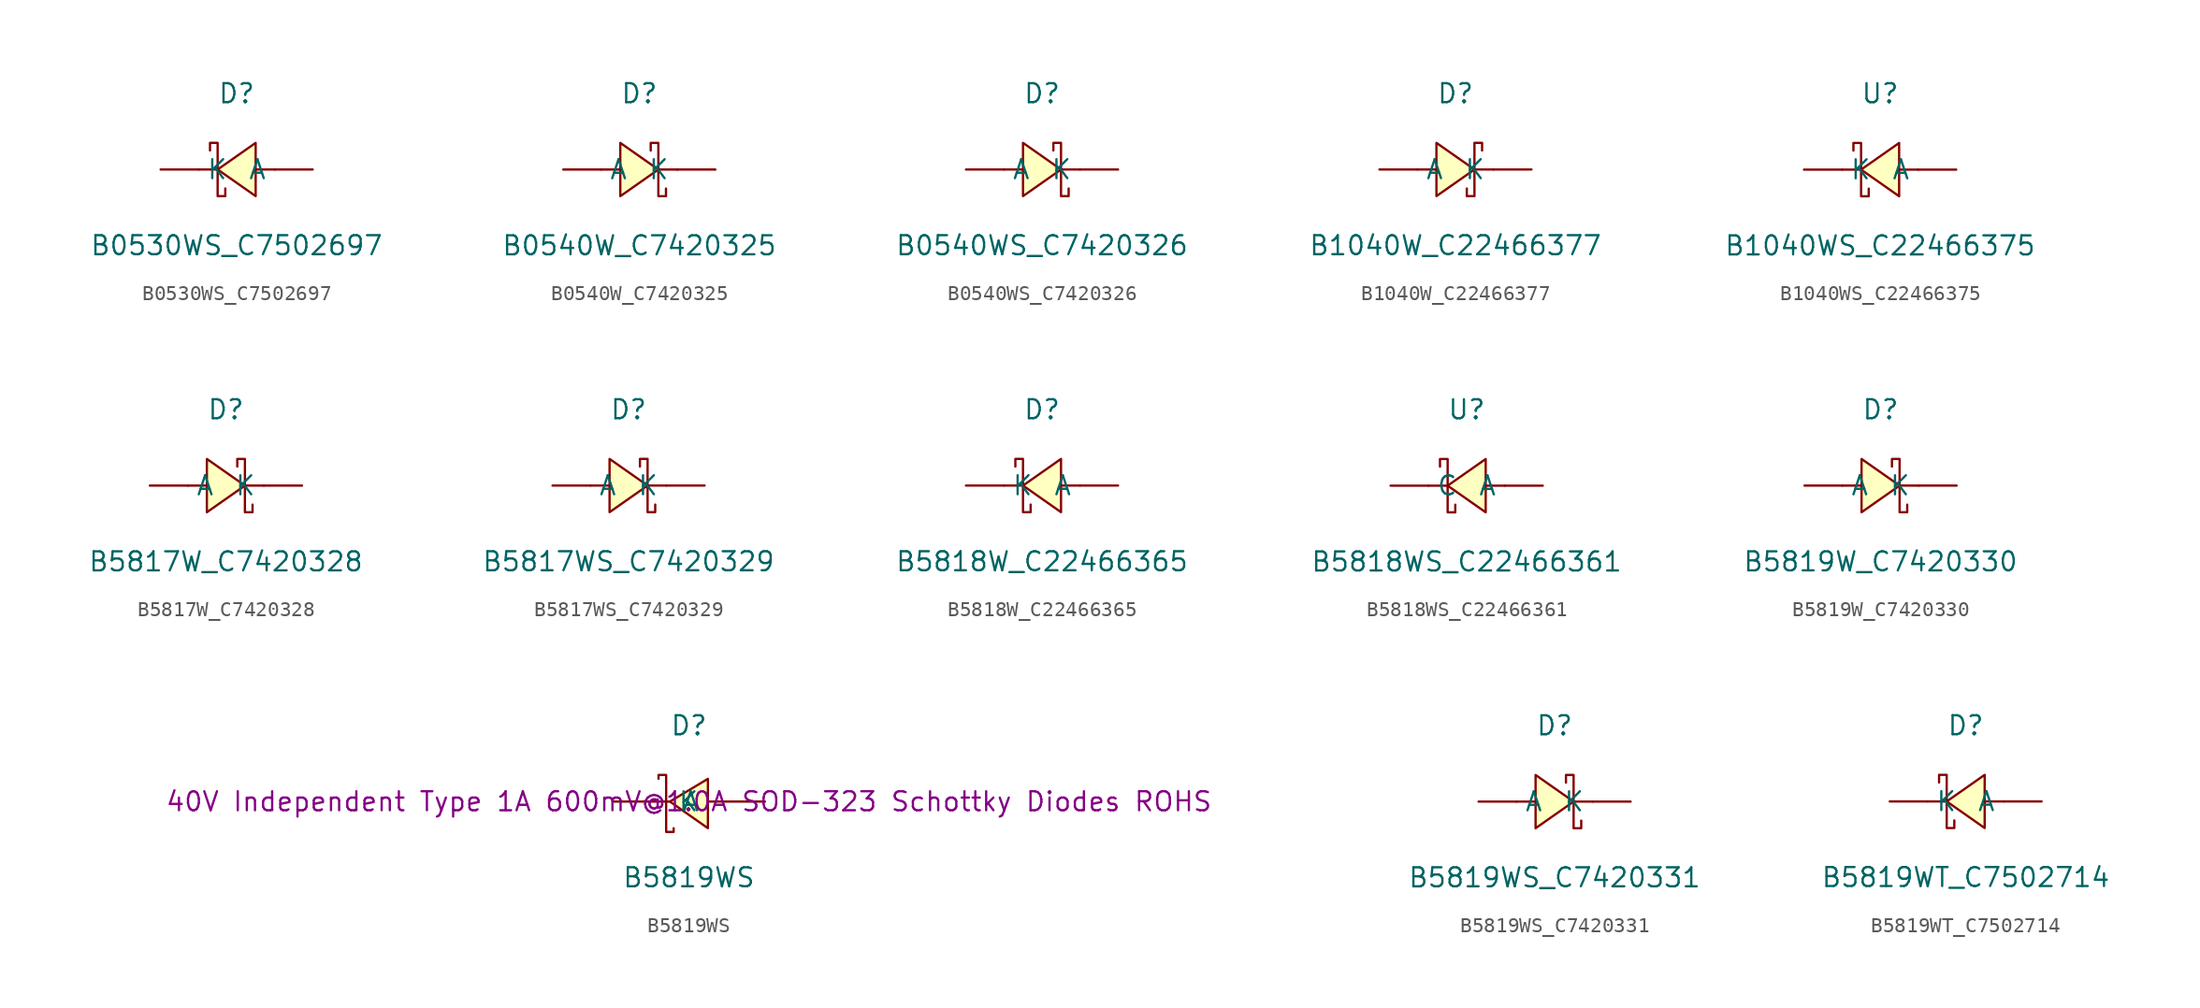
<source format=kicad_sym>
(kicad_symbol_lib
  (version 20241209)
  (generator "kicad_symbol_editor")
  (generator_version "9.0")
  (symbol "B0530WS_C7502697"
    (pin_numbers
      (hide yes))
    (property "Reference" "D"
      (at 0 5.08 0)
      (effects (font (size 1.27 1.27))))
    (property "Value" "B0530WS_C7502697"
      (at 0 -5.08 0)
      (effects (font (size 1.27 1.27))))
    (symbol "B0530WS_C7502697_0_1"
      (polyline (pts (xy -1.78 1.27) (xy -1.78 1.78) (xy -1.27 1.78) (xy -1.27 -1.78) (xy -0.76 -1.78) (xy -0.76 -1.27)) (stroke (width 0) (type default)) (fill (type none)))
      (polyline (pts (xy -1.27 0) (xy -2.54 0)) (stroke (width 0) (type default)) (fill (type none)))
      (polyline (pts (xy 1.27 1.78) (xy -1.27 0) (xy 1.27 -1.78) (xy 1.27 1.78)) (stroke (width 0) (type default)) (fill (type background)))
      (polyline (pts (xy 2.54 0) (xy 1.27 0)) (stroke (width 0) (type default)) (fill (type none)))
      (pin unspecified line (at -5.08 0 0) (length 2.54) (name "K" (effects (font (size 1.27 1.27)))) (number "1" (effects (font (size 1.27 1.27)))))
      (pin unspecified line (at 5.08 0 180) (length 2.54) (name "A" (effects (font (size 1.27 1.27)))) (number "2" (effects (font (size 1.27 1.27)))))))
  (symbol "B0540W_C7420325"
    (pin_numbers
      (hide yes))
    (property "Reference" "D"
      (at 0 5.08 0)
      (effects (font (size 1.27 1.27))))
    (property "Value" "B0540W_C7420325"
      (at 0 -5.08 0)
      (effects (font (size 1.27 1.27))))
    (symbol "B0540W_C7420325_0_1"
      (polyline (pts (xy -2.54 0) (xy -1.27 0)) (stroke (width 0) (type default)) (fill (type none)))
      (polyline (pts (xy -1.27 -1.78) (xy 1.27 0) (xy -1.27 1.78) (xy -1.27 -1.78)) (stroke (width 0) (type default)) (fill (type background)))
      (polyline (pts (xy 1.27 0) (xy 2.54 0)) (stroke (width 0) (type default)) (fill (type none)))
      (polyline (pts (xy 1.78 -1.27) (xy 1.78 -1.78) (xy 1.27 -1.78) (xy 1.27 1.78) (xy 0.76 1.78) (xy 0.76 1.27)) (stroke (width 0) (type default)) (fill (type none)))
      (pin unspecified line (at -5.08 0 0) (length 2.54) (name "A" (effects (font (size 1.27 1.27)))) (number "1" (effects (font (size 1.27 1.27)))))
      (pin unspecified line (at 5.08 0 180) (length 2.54) (name "K" (effects (font (size 1.27 1.27)))) (number "2" (effects (font (size 1.27 1.27)))))))
  (symbol "B0540WS_C7420326"
    (pin_numbers
      (hide yes))
    (property "Reference" "D"
      (at 0 5.08 0)
      (effects (font (size 1.27 1.27))))
    (property "Value" "B0540WS_C7420326"
      (at 0 -5.08 0)
      (effects (font (size 1.27 1.27))))
    (symbol "B0540WS_C7420326_0_1"
      (polyline (pts (xy -2.54 0) (xy -1.27 0)) (stroke (width 0) (type default)) (fill (type none)))
      (polyline (pts (xy -1.27 -1.78) (xy 1.27 0) (xy -1.27 1.78) (xy -1.27 -1.78)) (stroke (width 0) (type default)) (fill (type background)))
      (polyline (pts (xy 1.27 0) (xy 2.54 0)) (stroke (width 0) (type default)) (fill (type none)))
      (polyline (pts (xy 1.78 -1.27) (xy 1.78 -1.78) (xy 1.27 -1.78) (xy 1.27 1.78) (xy 0.76 1.78) (xy 0.76 1.27)) (stroke (width 0) (type default)) (fill (type none)))
      (pin unspecified line (at -5.08 0 0) (length 2.54) (name "A" (effects (font (size 1.27 1.27)))) (number "1" (effects (font (size 1.27 1.27)))))
      (pin unspecified line (at 5.08 0 180) (length 2.54) (name "K" (effects (font (size 1.27 1.27)))) (number "2" (effects (font (size 1.27 1.27)))))))
  (symbol "B1040W_C22466377"
    (pin_numbers
      (hide yes))
    (property "Reference" "D"
      (at 0 5.08 0)
      (effects (font (size 1.27 1.27))))
    (property "Value" "B1040W_C22466377"
      (at 0 -5.08 0)
      (effects (font (size 1.27 1.27))))
    (symbol "B1040W_C22466377_0_1"
      (polyline (pts (xy -2.54 0) (xy -1.27 0)) (stroke (width 0) (type default)) (fill (type none)))
      (polyline (pts (xy -1.27 1.78) (xy 1.27 0) (xy -1.27 -1.78) (xy -1.27 1.78)) (stroke (width 0) (type default)) (fill (type background)))
      (polyline (pts (xy 1.27 0) (xy 2.54 0)) (stroke (width 0) (type default)) (fill (type none)))
      (polyline (pts (xy 1.78 1.27) (xy 1.78 1.78) (xy 1.27 1.78) (xy 1.27 -1.78) (xy 0.76 -1.78) (xy 0.76 -1.27)) (stroke (width 0) (type default)) (fill (type none)))
      (pin unspecified line (at -5.08 0 0) (length 2.54) (name "A" (effects (font (size 1.27 1.27)))) (number "1" (effects (font (size 1.27 1.27)))))
      (pin unspecified line (at 5.08 0 180) (length 2.54) (name "K" (effects (font (size 1.27 1.27)))) (number "2" (effects (font (size 1.27 1.27)))))))
  (symbol "B1040WS_C22466375"
    (pin_numbers
      (hide yes))
    (property "Reference" "U"
      (at 0 5.08 0)
      (effects (font (size 1.27 1.27))))
    (property "Value" "B1040WS_C22466375"
      (at 0 -5.08 0)
      (effects (font (size 1.27 1.27))))
    (symbol "B1040WS_C22466375_0_1"
      (polyline (pts (xy -1.78 1.27) (xy -1.78 1.78) (xy -1.27 1.78) (xy -1.27 -1.78) (xy -0.76 -1.78) (xy -0.76 -1.27)) (stroke (width 0) (type default)) (fill (type none)))
      (polyline (pts (xy -1.27 0) (xy -2.54 0)) (stroke (width 0) (type default)) (fill (type none)))
      (polyline (pts (xy 1.27 1.78) (xy -1.27 0) (xy 1.27 -1.78) (xy 1.27 1.78)) (stroke (width 0) (type default)) (fill (type background)))
      (polyline (pts (xy 2.54 0) (xy 1.27 0)) (stroke (width 0) (type default)) (fill (type none)))
      (pin unspecified line (at -5.08 0 0) (length 2.54) (name "K" (effects (font (size 1.27 1.27)))) (number "1" (effects (font (size 1.27 1.27)))))
      (pin unspecified line (at 5.08 0 180) (length 2.54) (name "A" (effects (font (size 1.27 1.27)))) (number "2" (effects (font (size 1.27 1.27)))))))
  (symbol "B5817W_C7420328"
    (pin_numbers
      (hide yes))
    (property "Reference" "D"
      (at 0 5.08 0)
      (effects (font (size 1.27 1.27))))
    (property "Value" "B5817W_C7420328"
      (at 0 -5.08 0)
      (effects (font (size 1.27 1.27))))
    (symbol "B5817W_C7420328_0_1"
      (polyline (pts (xy -2.54 0) (xy -1.27 0)) (stroke (width 0) (type default)) (fill (type none)))
      (polyline (pts (xy -1.27 -1.78) (xy 1.27 0) (xy -1.27 1.78) (xy -1.27 -1.78)) (stroke (width 0) (type default)) (fill (type background)))
      (polyline (pts (xy 1.27 0) (xy 2.54 0)) (stroke (width 0) (type default)) (fill (type none)))
      (polyline (pts (xy 1.78 -1.27) (xy 1.78 -1.78) (xy 1.27 -1.78) (xy 1.27 1.78) (xy 0.76 1.78) (xy 0.76 1.27)) (stroke (width 0) (type default)) (fill (type none)))
      (pin unspecified line (at -5.08 0 0) (length 2.54) (name "A" (effects (font (size 1.27 1.27)))) (number "1" (effects (font (size 1.27 1.27)))))
      (pin unspecified line (at 5.08 0 180) (length 2.54) (name "K" (effects (font (size 1.27 1.27)))) (number "2" (effects (font (size 1.27 1.27)))))))
  (symbol "B5817WS_C7420329"
    (pin_numbers
      (hide yes))
    (property "Reference" "D"
      (at 0 5.08 0)
      (effects (font (size 1.27 1.27))))
    (property "Value" "B5817WS_C7420329"
      (at 0 -5.08 0)
      (effects (font (size 1.27 1.27))))
    (symbol "B5817WS_C7420329_0_1"
      (polyline (pts (xy -2.54 0) (xy -1.27 0)) (stroke (width 0) (type default)) (fill (type none)))
      (polyline (pts (xy -1.27 -1.78) (xy 1.27 0) (xy -1.27 1.78) (xy -1.27 -1.78)) (stroke (width 0) (type default)) (fill (type background)))
      (polyline (pts (xy 1.27 0) (xy 2.54 0)) (stroke (width 0) (type default)) (fill (type none)))
      (polyline (pts (xy 1.78 -1.27) (xy 1.78 -1.78) (xy 1.27 -1.78) (xy 1.27 1.78) (xy 0.76 1.78) (xy 0.76 1.27)) (stroke (width 0) (type default)) (fill (type none)))
      (pin unspecified line (at -5.08 0 0) (length 2.54) (name "A" (effects (font (size 1.27 1.27)))) (number "1" (effects (font (size 1.27 1.27)))))
      (pin unspecified line (at 5.08 0 180) (length 2.54) (name "K" (effects (font (size 1.27 1.27)))) (number "2" (effects (font (size 1.27 1.27)))))))
  (symbol "B5818W_C22466365"
    (pin_numbers
      (hide yes))
    (property "Reference" "D"
      (at 0 5.08 0)
      (effects (font (size 1.27 1.27))))
    (property "Value" "B5818W_C22466365"
      (at 0 -5.08 0)
      (effects (font (size 1.27 1.27))))
    (symbol "B5818W_C22466365_0_1"
      (polyline (pts (xy -1.78 1.27) (xy -1.78 1.78) (xy -1.27 1.78) (xy -1.27 -1.78) (xy -0.76 -1.78) (xy -0.76 -1.27)) (stroke (width 0) (type default)) (fill (type none)))
      (polyline (pts (xy -1.27 0) (xy -2.54 0)) (stroke (width 0) (type default)) (fill (type none)))
      (polyline (pts (xy 1.27 1.78) (xy -1.27 0) (xy 1.27 -1.78) (xy 1.27 1.78)) (stroke (width 0) (type default)) (fill (type background)))
      (polyline (pts (xy 2.54 0) (xy 1.27 0)) (stroke (width 0) (type default)) (fill (type none)))
      (pin unspecified line (at -5.08 0 0) (length 2.54) (name "K" (effects (font (size 1.27 1.27)))) (number "1" (effects (font (size 1.27 1.27)))))
      (pin unspecified line (at 5.08 0 180) (length 2.54) (name "A" (effects (font (size 1.27 1.27)))) (number "2" (effects (font (size 1.27 1.27)))))))
  (symbol "B5818WS_C22466361"
    (pin_numbers
      (hide yes))
    (property "Reference" "U"
      (at 0 5.08 0)
      (effects (font (size 1.27 1.27))))
    (property "Value" "B5818WS_C22466361"
      (at 0 -5.08 0)
      (effects (font (size 1.27 1.27))))
    (symbol "B5818WS_C22466361_0_1"
      (polyline (pts (xy -1.78 1.27) (xy -1.78 1.78) (xy -1.27 1.78) (xy -1.27 -1.78) (xy -0.76 -1.78) (xy -0.76 -1.27)) (stroke (width 0) (type default)) (fill (type none)))
      (polyline (pts (xy -1.27 0) (xy -2.54 0)) (stroke (width 0) (type default)) (fill (type none)))
      (polyline (pts (xy 1.27 1.78) (xy -1.27 0) (xy 1.27 -1.78) (xy 1.27 1.78)) (stroke (width 0) (type default)) (fill (type background)))
      (polyline (pts (xy 2.54 0) (xy 1.27 0)) (stroke (width 0) (type default)) (fill (type none)))
      (pin unspecified line (at -5.08 0 0) (length 2.54) (name "C" (effects (font (size 1.27 1.27)))) (number "1" (effects (font (size 1.27 1.27)))))
      (pin unspecified line (at 5.08 0 180) (length 2.54) (name "A" (effects (font (size 1.27 1.27)))) (number "2" (effects (font (size 1.27 1.27)))))))
  (symbol "B5819W_C7420330"
    (pin_numbers
      (hide yes))
    (property "Reference" "D"
      (at 0 5.08 0)
      (effects (font (size 1.27 1.27))))
    (property "Value" "B5819W_C7420330"
      (at 0 -5.08 0)
      (effects (font (size 1.27 1.27))))
    (symbol "B5819W_C7420330_0_1"
      (polyline (pts (xy -2.54 0) (xy -1.27 0)) (stroke (width 0) (type default)) (fill (type none)))
      (polyline (pts (xy -1.27 -1.78) (xy 1.27 0) (xy -1.27 1.78) (xy -1.27 -1.78)) (stroke (width 0) (type default)) (fill (type background)))
      (polyline (pts (xy 1.27 0) (xy 2.54 0)) (stroke (width 0) (type default)) (fill (type none)))
      (polyline (pts (xy 1.78 -1.27) (xy 1.78 -1.78) (xy 1.27 -1.78) (xy 1.27 1.78) (xy 0.76 1.78) (xy 0.76 1.27)) (stroke (width 0) (type default)) (fill (type none)))
      (pin unspecified line (at -5.08 0 0) (length 2.54) (name "A" (effects (font (size 1.27 1.27)))) (number "1" (effects (font (size 1.27 1.27)))))
      (pin unspecified line (at 5.08 0 180) (length 2.54) (name "K" (effects (font (size 1.27 1.27)))) (number "2" (effects (font (size 1.27 1.27)))))))
  (symbol "B5819WS"
    (pin_numbers
      (hide yes))
    (property "Reference" "D"
      (at 0 5.08 0)
      (effects (font (size 1.27 1.27))))
    (property "Value" "B5819WS"
      (at 0 -5.08 0)
      (effects (font (size 1.27 1.27))))
    (property "Description" "40V Independent Type 1A 600mV@1.0A SOD-323 Schottky Diodes ROHS"
      (at 0 0 0)
      (effects (font (size 1.27 1.27))))
    (symbol "B5819WS_0_1"
      (polyline (pts (xy -2.03 1.52) (xy -2.03 1.78) (xy -1.52 1.78) (xy -1.52 -2.03) (xy -1.02 -2.03) (xy -1.02 -1.78)) (stroke (width 0) (type default)) (fill (type none)))
      (polyline (pts (xy 1.27 1.52) (xy -1.27 0) (xy 1.27 -1.78) (xy 1.27 1.52)) (stroke (width 0) (type default)) (fill (type background)))
      (pin unspecified line (at -5.08 0 0) (length 3.81) (name "K" (effects (font (size 1.27 1.27)))) (number "1" (effects (font (size 1.27 1.27)))))
      (pin unspecified line (at 5.08 0 180) (length 3.81) (name "A" (effects (font (size 1.27 1.27)))) (number "2" (effects (font (size 1.27 1.27)))))))
  (symbol "B5819WS_C7420331"
    (pin_numbers
      (hide yes))
    (property "Reference" "D"
      (at 0 5.08 0)
      (effects (font (size 1.27 1.27))))
    (property "Value" "B5819WS_C7420331"
      (at 0 -5.08 0)
      (effects (font (size 1.27 1.27))))
    (symbol "B5819WS_C7420331_0_1"
      (polyline (pts (xy -2.54 0) (xy -1.27 0)) (stroke (width 0) (type default)) (fill (type none)))
      (polyline (pts (xy -1.27 -1.78) (xy 1.27 0) (xy -1.27 1.78) (xy -1.27 -1.78)) (stroke (width 0) (type default)) (fill (type background)))
      (polyline (pts (xy 1.27 0) (xy 2.54 0)) (stroke (width 0) (type default)) (fill (type none)))
      (polyline (pts (xy 1.78 -1.27) (xy 1.78 -1.78) (xy 1.27 -1.78) (xy 1.27 1.78) (xy 0.76 1.78) (xy 0.76 1.27)) (stroke (width 0) (type default)) (fill (type none)))
      (pin unspecified line (at -5.08 0 0) (length 2.54) (name "A" (effects (font (size 1.27 1.27)))) (number "1" (effects (font (size 1.27 1.27)))))
      (pin unspecified line (at 5.08 0 180) (length 2.54) (name "K" (effects (font (size 1.27 1.27)))) (number "2" (effects (font (size 1.27 1.27)))))))
  (symbol "B5819WT_C7502714"
    (pin_numbers
      (hide yes))
    (property "Reference" "D"
      (at 0 5.08 0)
      (effects (font (size 1.27 1.27))))
    (property "Value" "B5819WT_C7502714"
      (at 0 -5.08 0)
      (effects (font (size 1.27 1.27))))
    (symbol "B5819WT_C7502714_0_1"
      (polyline (pts (xy -1.78 1.27) (xy -1.78 1.78) (xy -1.27 1.78) (xy -1.27 -1.78) (xy -0.76 -1.78) (xy -0.76 -1.27)) (stroke (width 0) (type default)) (fill (type none)))
      (polyline (pts (xy -1.27 0) (xy -2.54 0)) (stroke (width 0) (type default)) (fill (type none)))
      (polyline (pts (xy 1.27 1.78) (xy -1.27 0) (xy 1.27 -1.78) (xy 1.27 1.78)) (stroke (width 0) (type default)) (fill (type background)))
      (polyline (pts (xy 2.54 0) (xy 1.27 0)) (stroke (width 0) (type default)) (fill (type none)))
      (pin unspecified line (at -5.08 0 0) (length 2.54) (name "K" (effects (font (size 1.27 1.27)))) (number "1" (effects (font (size 1.27 1.27)))))
      (pin unspecified line (at 5.08 0 180) (length 2.54) (name "A" (effects (font (size 1.27 1.27)))) (number "2" (effects (font (size 1.27 1.27))))))))
</source>
